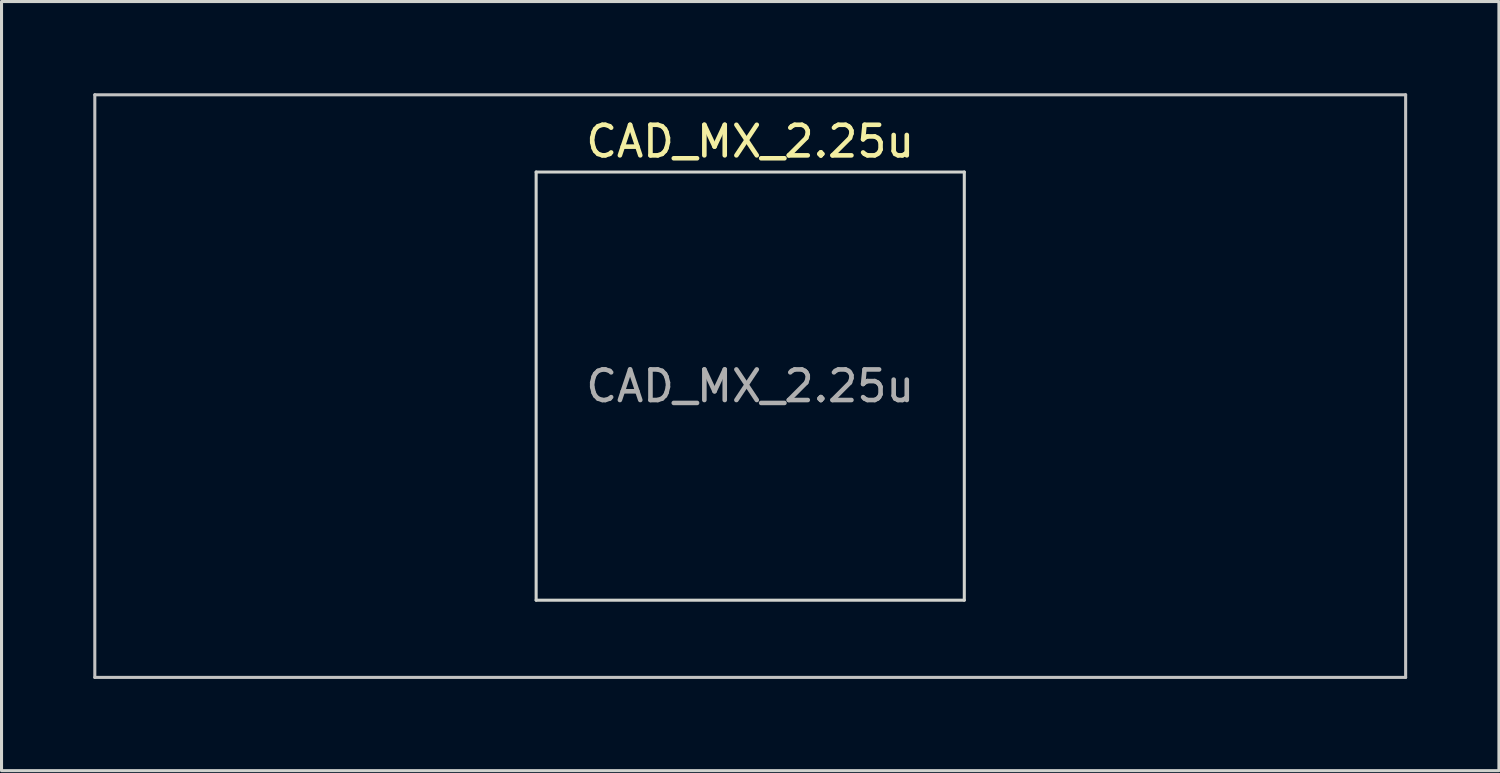
<source format=kicad_pcb>
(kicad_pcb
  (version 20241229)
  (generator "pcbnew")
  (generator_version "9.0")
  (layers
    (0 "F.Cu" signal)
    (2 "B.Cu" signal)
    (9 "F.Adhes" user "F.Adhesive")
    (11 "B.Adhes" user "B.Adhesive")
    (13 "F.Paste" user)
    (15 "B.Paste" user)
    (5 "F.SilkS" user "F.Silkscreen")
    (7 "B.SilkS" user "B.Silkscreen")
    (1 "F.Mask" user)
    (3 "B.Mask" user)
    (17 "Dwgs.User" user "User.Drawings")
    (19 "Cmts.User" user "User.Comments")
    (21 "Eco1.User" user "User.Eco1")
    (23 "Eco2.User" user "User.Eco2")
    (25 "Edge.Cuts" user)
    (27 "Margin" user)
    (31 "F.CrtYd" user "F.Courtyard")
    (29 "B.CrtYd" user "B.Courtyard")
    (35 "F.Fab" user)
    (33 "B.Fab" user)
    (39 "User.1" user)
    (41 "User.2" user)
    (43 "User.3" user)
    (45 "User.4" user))
  (footprint "CAD_MX_2.25u"
    (layer "F.Cu")
    (at 21.481 9.575)
    (property "Reference" "CAD_MX_2.25u" (at 0 -8 0) (layer "F.SilkS") (effects (font (size 1 1) (thickness 0.15))))
    (attr through_hole)
    (fp_line (start -21.431 -9.525) (end -21.431 9.525) (stroke (width 0.1) (type solid)) (layer "Dwgs.User"))
    (fp_line (start -21.431 9.525) (end 21.431 9.525) (stroke (width 0.1) (type solid)) (layer "Dwgs.User"))
    (fp_line (start 21.431 -9.525) (end -21.431 -9.525) (stroke (width 0.1) (type solid)) (layer "Dwgs.User"))
    (fp_line (start 21.431 9.525) (end 21.431 -9.525) (stroke (width 0.1) (type solid)) (layer "Dwgs.User"))
    (fp_line (start -7 -7) (end -7 7) (stroke (width 0.1) (type solid)) (layer "Edge.Cuts"))
    (fp_line (start -7 7) (end 7 7) (stroke (width 0.1) (type solid)) (layer "Edge.Cuts"))
    (fp_line (start 7 -7) (end -7 -7) (stroke (width 0.1) (type solid)) (layer "Edge.Cuts"))
    (fp_line (start 7 7) (end 7 -7) (stroke (width 0.1) (type solid)) (layer "Edge.Cuts"))
    (fp_text user "${REFERENCE}" (at 0 0 0) (layer "F.Fab") (effects (font (size 1 1) (thickness 0.15)))))
  (gr_rect
    (start -3 -3)
    (end 45.962 22.15)
    (stroke (width 0.1) (type default))
    (fill no)
    (layer "Edge.Cuts")))
</source>
